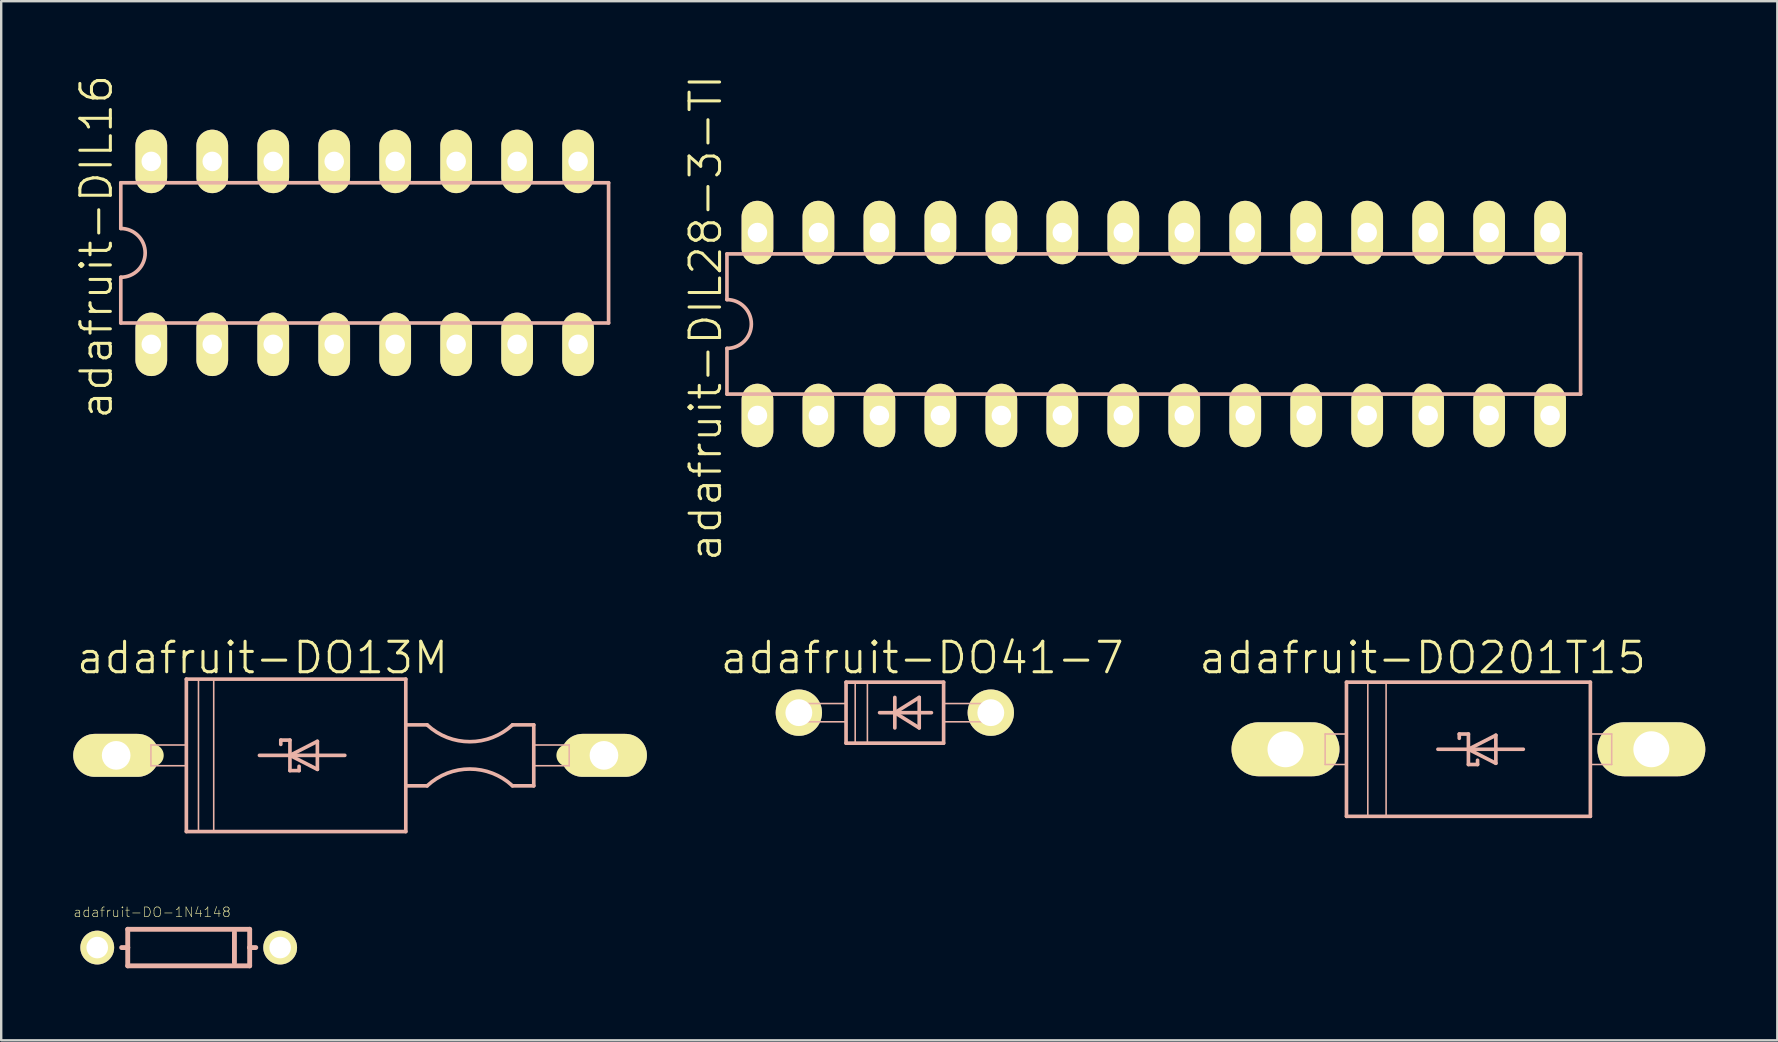
<source format=kicad_pcb>
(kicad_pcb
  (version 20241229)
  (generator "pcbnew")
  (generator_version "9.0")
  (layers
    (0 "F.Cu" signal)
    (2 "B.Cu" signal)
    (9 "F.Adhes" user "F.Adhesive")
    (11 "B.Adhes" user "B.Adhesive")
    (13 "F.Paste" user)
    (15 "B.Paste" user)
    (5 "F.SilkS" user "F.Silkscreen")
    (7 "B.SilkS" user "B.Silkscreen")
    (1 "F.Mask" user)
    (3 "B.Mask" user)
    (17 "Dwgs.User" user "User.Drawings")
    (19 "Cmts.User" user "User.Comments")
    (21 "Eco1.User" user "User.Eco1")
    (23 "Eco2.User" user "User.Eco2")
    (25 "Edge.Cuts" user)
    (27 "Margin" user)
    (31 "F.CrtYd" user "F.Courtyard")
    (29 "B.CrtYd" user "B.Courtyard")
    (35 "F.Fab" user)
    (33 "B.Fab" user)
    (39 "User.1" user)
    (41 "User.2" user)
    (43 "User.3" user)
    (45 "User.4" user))
  (footprint "adafruit-DIL16"
    (layer "F.Cu")
    (at 12.142 7.484)
    (property "Reference" "adafruit-DIL16" (at -11.176 -0.254 90) (layer "F.SilkS") (effects (font (size 1.27 1.27) (thickness 0.127))))
    (attr exclude_from_pos_files exclude_from_bom)
    (fp_line (start -10.16 -2.921) (end -10.16 -1.016) (stroke (width 0.152) (type solid)) (layer "B.SilkS"))
    (fp_line (start -10.16 2.921) (end -10.16 1.016) (stroke (width 0.152) (type solid)) (layer "B.SilkS"))
    (fp_line (start -10.16 2.921) (end 10.16 2.921) (stroke (width 0.152) (type solid)) (layer "B.SilkS"))
    (fp_line (start 10.16 -2.921) (end -10.16 -2.921) (stroke (width 0.152) (type solid)) (layer "B.SilkS"))
    (fp_line (start 10.16 -2.921) (end 10.16 2.921) (stroke (width 0.152) (type solid)) (layer "B.SilkS"))
    (fp_arc (start -10.16 -1.016) (mid -9.144 0) (end -10.16 1.016) (stroke (width 0.1524) (type solid)) (layer "B.SilkS"))
    (pad "1" thru_hole oval (at -8.89 3.81 180) (size 1.321 2.642) (drill 0.813) (layers "*.Cu" "F.Mask" "F.SilkS" "F.Paste"))
    (pad "2" thru_hole oval (at -6.35 3.81 180) (size 1.321 2.642) (drill 0.813) (layers "*.Cu" "F.Mask" "F.SilkS" "F.Paste"))
    (pad "3" thru_hole oval (at -3.81 3.81 180) (size 1.321 2.642) (drill 0.813) (layers "*.Cu" "F.Mask" "F.SilkS" "F.Paste"))
    (pad "4" thru_hole oval (at -1.27 3.81 180) (size 1.321 2.642) (drill 0.813) (layers "*.Cu" "F.Mask" "F.SilkS" "F.Paste"))
    (pad "5" thru_hole oval (at 1.27 3.81 180) (size 1.321 2.642) (drill 0.813) (layers "*.Cu" "F.Mask" "F.SilkS" "F.Paste"))
    (pad "6" thru_hole oval (at 3.81 3.81 180) (size 1.321 2.642) (drill 0.813) (layers "*.Cu" "F.Mask" "F.SilkS" "F.Paste"))
    (pad "7" thru_hole oval (at 6.35 3.81 180) (size 1.321 2.642) (drill 0.813) (layers "*.Cu" "F.Mask" "F.SilkS" "F.Paste"))
    (pad "8" thru_hole oval (at 8.89 3.81 180) (size 1.321 2.642) (drill 0.813) (layers "*.Cu" "F.Mask" "F.SilkS" "F.Paste"))
    (pad "9" thru_hole oval (at 8.89 -3.81 180) (size 1.321 2.642) (drill 0.813) (layers "*.Cu" "F.Mask" "F.SilkS" "F.Paste"))
    (pad "10" thru_hole oval (at 6.35 -3.81 180) (size 1.321 2.642) (drill 0.813) (layers "*.Cu" "F.Mask" "F.SilkS" "F.Paste"))
    (pad "11" thru_hole oval (at 3.81 -3.81 180) (size 1.321 2.642) (drill 0.813) (layers "*.Cu" "F.Mask" "F.SilkS" "F.Paste"))
    (pad "12" thru_hole oval (at 1.27 -3.81 180) (size 1.321 2.642) (drill 0.813) (layers "*.Cu" "F.Mask" "F.SilkS" "F.Paste"))
    (pad "13" thru_hole oval (at -1.27 -3.81 180) (size 1.321 2.642) (drill 0.813) (layers "*.Cu" "F.Mask" "F.SilkS" "F.Paste"))
    (pad "14" thru_hole oval (at -3.81 -3.81 180) (size 1.321 2.642) (drill 0.813) (layers "*.Cu" "F.Mask" "F.SilkS" "F.Paste"))
    (pad "15" thru_hole oval (at -6.35 -3.81 180) (size 1.321 2.642) (drill 0.813) (layers "*.Cu" "F.Mask" "F.SilkS" "F.Paste"))
    (pad "16" thru_hole oval (at -8.89 -3.81 180) (size 1.321 2.642) (drill 0.813) (layers "*.Cu" "F.Mask" "F.SilkS" "F.Paste")))
  (footprint "adafruit-DIL28-3-TI"
    (layer "F.Cu")
    (at 45.013 10.447)
    (property "Reference" "adafruit-DIL28-3-TI" (at -18.669 -0.254 90) (layer "F.SilkS") (effects (font (size 1.27 1.27) (thickness 0.127))))
    (attr exclude_from_pos_files exclude_from_bom)
    (fp_line (start -17.78 -2.921) (end -17.78 -1.016) (stroke (width 0.152) (type solid)) (layer "B.SilkS"))
    (fp_line (start -17.78 2.921) (end -17.78 1.016) (stroke (width 0.152) (type solid)) (layer "B.SilkS"))
    (fp_line (start -17.78 2.921) (end 17.78 2.921) (stroke (width 0.152) (type solid)) (layer "B.SilkS"))
    (fp_line (start 17.78 -2.921) (end -17.78 -2.921) (stroke (width 0.152) (type solid)) (layer "B.SilkS"))
    (fp_line (start 17.78 -2.921) (end 17.78 2.921) (stroke (width 0.152) (type solid)) (layer "B.SilkS"))
    (fp_arc (start -17.78 -1.016) (mid -16.764 0) (end -17.78 1.016) (stroke (width 0.1524) (type solid)) (layer "B.SilkS"))
    (pad "1" thru_hole oval (at -16.51 3.81 180) (size 1.321 2.642) (drill 0.813) (layers "*.Cu" "F.Mask" "F.SilkS" "F.Paste"))
    (pad "2" thru_hole oval (at -13.97 3.81 180) (size 1.321 2.642) (drill 0.813) (layers "*.Cu" "F.Mask" "F.SilkS" "F.Paste"))
    (pad "3" thru_hole oval (at -11.43 3.81 180) (size 1.321 2.642) (drill 0.813) (layers "*.Cu" "F.Mask" "F.SilkS" "F.Paste"))
    (pad "4" thru_hole oval (at -8.89 3.81 180) (size 1.321 2.642) (drill 0.813) (layers "*.Cu" "F.Mask" "F.SilkS" "F.Paste"))
    (pad "5" thru_hole oval (at -6.35 3.81 180) (size 1.321 2.642) (drill 0.813) (layers "*.Cu" "F.Mask" "F.SilkS" "F.Paste"))
    (pad "6" thru_hole oval (at -3.81 3.81 180) (size 1.321 2.642) (drill 0.813) (layers "*.Cu" "F.Mask" "F.SilkS" "F.Paste"))
    (pad "7" thru_hole oval (at -1.27 3.81 180) (size 1.321 2.642) (drill 0.813) (layers "*.Cu" "F.Mask" "F.SilkS" "F.Paste"))
    (pad "8" thru_hole oval (at 1.27 3.81 180) (size 1.321 2.642) (drill 0.813) (layers "*.Cu" "F.Mask" "F.SilkS" "F.Paste"))
    (pad "9" thru_hole oval (at 3.81 3.81 180) (size 1.321 2.642) (drill 0.813) (layers "*.Cu" "F.Mask" "F.SilkS" "F.Paste"))
    (pad "10" thru_hole oval (at 6.35 3.81 180) (size 1.321 2.642) (drill 0.813) (layers "*.Cu" "F.Mask" "F.SilkS" "F.Paste"))
    (pad "11" thru_hole oval (at 8.89 3.81 180) (size 1.321 2.642) (drill 0.813) (layers "*.Cu" "F.Mask" "F.SilkS" "F.Paste"))
    (pad "12" thru_hole oval (at 11.43 3.81 180) (size 1.321 2.642) (drill 0.813) (layers "*.Cu" "F.Mask" "F.SilkS" "F.Paste"))
    (pad "13" thru_hole oval (at 13.97 3.81 180) (size 1.321 2.642) (drill 0.813) (layers "*.Cu" "F.Mask" "F.SilkS" "F.Paste"))
    (pad "14" thru_hole oval (at 16.51 3.81 180) (size 1.321 2.642) (drill 0.813) (layers "*.Cu" "F.Mask" "F.SilkS" "F.Paste"))
    (pad "15" thru_hole oval (at 16.51 -3.81 180) (size 1.321 2.642) (drill 0.813) (layers "*.Cu" "F.Mask" "F.SilkS" "F.Paste"))
    (pad "16" thru_hole oval (at 13.97 -3.81 180) (size 1.321 2.642) (drill 0.813) (layers "*.Cu" "F.Mask" "F.SilkS" "F.Paste"))
    (pad "17" thru_hole oval (at 11.43 -3.81 180) (size 1.321 2.642) (drill 0.813) (layers "*.Cu" "F.Mask" "F.SilkS" "F.Paste"))
    (pad "18" thru_hole oval (at 8.89 -3.81 180) (size 1.321 2.642) (drill 0.813) (layers "*.Cu" "F.Mask" "F.SilkS" "F.Paste"))
    (pad "19" thru_hole oval (at 6.35 -3.81 180) (size 1.321 2.642) (drill 0.813) (layers "*.Cu" "F.Mask" "F.SilkS" "F.Paste"))
    (pad "20" thru_hole oval (at 3.81 -3.81 180) (size 1.321 2.642) (drill 0.813) (layers "*.Cu" "F.Mask" "F.SilkS" "F.Paste"))
    (pad "21" thru_hole oval (at 1.27 -3.81 180) (size 1.321 2.642) (drill 0.813) (layers "*.Cu" "F.Mask" "F.SilkS" "F.Paste"))
    (pad "22" thru_hole oval (at -1.27 -3.81 180) (size 1.321 2.642) (drill 0.813) (layers "*.Cu" "F.Mask" "F.SilkS" "F.Paste"))
    (pad "23" thru_hole oval (at -3.81 -3.81 180) (size 1.321 2.642) (drill 0.813) (layers "*.Cu" "F.Mask" "F.SilkS" "F.Paste"))
    (pad "24" thru_hole oval (at -6.35 -3.81 180) (size 1.321 2.642) (drill 0.813) (layers "*.Cu" "F.Mask" "F.SilkS" "F.Paste"))
    (pad "25" thru_hole oval (at -8.89 -3.81 180) (size 1.321 2.642) (drill 0.813) (layers "*.Cu" "F.Mask" "F.SilkS" "F.Paste"))
    (pad "26" thru_hole oval (at -11.43 -3.81 180) (size 1.321 2.642) (drill 0.813) (layers "*.Cu" "F.Mask" "F.SilkS" "F.Paste"))
    (pad "27" thru_hole oval (at -13.97 -3.81 180) (size 1.321 2.642) (drill 0.813) (layers "*.Cu" "F.Mask" "F.SilkS" "F.Paste"))
    (pad "28" thru_hole oval (at -16.51 -3.81 180) (size 1.321 2.642) (drill 0.813) (layers "*.Cu" "F.Mask" "F.SilkS" "F.Paste")))
  (footprint "adafruit-DO41-7"
    (layer "F.Cu")
    (at 34.226 26.638)
    (property "Reference" "adafruit-DO41-7" (at 1.143 -2.286 0) (layer "F.SilkS") (effects (font (size 1.27 1.27) (thickness 0.127))))
    (attr exclude_from_pos_files exclude_from_bom)
    (fp_line (start -3.937 -0.381) (end -2.032 -0.381) (stroke (width 0.066) (type solid)) (layer "B.SilkS"))
    (fp_line (start -3.937 0.381) (end -3.937 -0.381) (stroke (width 0.066) (type solid)) (layer "B.SilkS"))
    (fp_line (start -3.937 0.381) (end -2.032 0.381) (stroke (width 0.066) (type solid)) (layer "B.SilkS"))
    (fp_line (start -2.032 -1.27) (end -2.032 1.27) (stroke (width 0.152) (type solid)) (layer "B.SilkS"))
    (fp_line (start -2.032 -1.27) (end 2.032 -1.27) (stroke (width 0.152) (type solid)) (layer "B.SilkS"))
    (fp_line (start -2.032 0.381) (end -2.032 -0.381) (stroke (width 0.066) (type solid)) (layer "B.SilkS"))
    (fp_line (start -1.651 -1.27) (end -1.143 -1.27) (stroke (width 0.066) (type solid)) (layer "B.SilkS"))
    (fp_line (start -1.651 1.27) (end -1.651 -1.27) (stroke (width 0.066) (type solid)) (layer "B.SilkS"))
    (fp_line (start -1.651 1.27) (end -1.143 1.27) (stroke (width 0.066) (type solid)) (layer "B.SilkS"))
    (fp_line (start -1.143 1.27) (end -1.143 -1.27) (stroke (width 0.066) (type solid)) (layer "B.SilkS"))
    (fp_line (start -0.635 0) (end 0 0) (stroke (width 0.152) (type solid)) (layer "B.SilkS"))
    (fp_line (start 0 -0.635) (end 0 0) (stroke (width 0.152) (type solid)) (layer "B.SilkS"))
    (fp_line (start 0 0) (end 0 0.635) (stroke (width 0.152) (type solid)) (layer "B.SilkS"))
    (fp_line (start 0 0) (end 1.016 -0.635) (stroke (width 0.152) (type solid)) (layer "B.SilkS"))
    (fp_line (start 0 0) (end 1.524 0) (stroke (width 0.152) (type solid)) (layer "B.SilkS"))
    (fp_line (start 1.016 -0.635) (end 1.016 0.635) (stroke (width 0.152) (type solid)) (layer "B.SilkS"))
    (fp_line (start 1.016 0.635) (end 0 0) (stroke (width 0.152) (type solid)) (layer "B.SilkS"))
    (fp_line (start 2.032 -0.381) (end 3.937 -0.381) (stroke (width 0.066) (type solid)) (layer "B.SilkS"))
    (fp_line (start 2.032 0.381) (end 2.032 -0.381) (stroke (width 0.066) (type solid)) (layer "B.SilkS"))
    (fp_line (start 2.032 0.381) (end 3.937 0.381) (stroke (width 0.066) (type solid)) (layer "B.SilkS"))
    (fp_line (start 2.032 1.27) (end -2.032 1.27) (stroke (width 0.152) (type solid)) (layer "B.SilkS"))
    (fp_line (start 2.032 1.27) (end 2.032 -1.27) (stroke (width 0.152) (type solid)) (layer "B.SilkS"))
    (fp_line (start 3.937 0.381) (end 3.937 -0.381) (stroke (width 0.066) (type solid)) (layer "B.SilkS"))
    (pad "A" thru_hole circle (at 3.998 0) (size 1.93 1.93) (drill 1.118) (layers "*.Cu" "F.Mask" "F.SilkS" "F.Paste"))
    (pad "C" thru_hole circle (at -3.998 0) (size 1.93 1.93) (drill 1.118) (layers "*.Cu" "F.Mask" "F.SilkS" "F.Paste")))
  (footprint "adafruit-DO13M"
    (layer "F.Cu")
    (at 11.949 28.416)
    (property "Reference" "adafruit-DO13M" (at -4.064 -4.064 0) (layer "F.SilkS") (effects (font (size 1.27 1.27) (thickness 0.127))))
    (attr exclude_from_pos_files exclude_from_bom)
    (fp_line (start -8.636 0) (end -10.16 0) (stroke (width 0.914) (type solid)) (layer "F.SilkS"))
    (fp_line (start 10.16 0) (end 8.636 0) (stroke (width 0.914) (type solid)) (layer "F.SilkS"))
    (fp_line (start -8.712 -0.432) (end -7.236 -0.432) (stroke (width 0.066) (type solid)) (layer "B.SilkS"))
    (fp_line (start -8.712 0.432) (end -8.712 -0.432) (stroke (width 0.066) (type solid)) (layer "B.SilkS"))
    (fp_line (start -8.712 0.432) (end -7.236 0.432) (stroke (width 0.066) (type solid)) (layer "B.SilkS"))
    (fp_line (start -7.236 -3.175) (end -7.236 3.175) (stroke (width 0.152) (type solid)) (layer "B.SilkS"))
    (fp_line (start -7.236 0.432) (end -7.236 -0.432) (stroke (width 0.066) (type solid)) (layer "B.SilkS"))
    (fp_line (start -7.236 3.175) (end 1.905 3.175) (stroke (width 0.152) (type solid)) (layer "B.SilkS"))
    (fp_line (start -6.731 -3.175) (end -6.096 -3.175) (stroke (width 0.066) (type solid)) (layer "B.SilkS"))
    (fp_line (start -6.731 3.175) (end -6.731 -3.175) (stroke (width 0.066) (type solid)) (layer "B.SilkS"))
    (fp_line (start -6.731 3.175) (end -6.096 3.175) (stroke (width 0.066) (type solid)) (layer "B.SilkS"))
    (fp_line (start -6.096 3.175) (end -6.096 -3.175) (stroke (width 0.066) (type solid)) (layer "B.SilkS"))
    (fp_line (start -4.191 0) (end -2.921 0) (stroke (width 0.152) (type solid)) (layer "B.SilkS"))
    (fp_line (start -3.302 -0.635) (end -2.921 -0.635) (stroke (width 0.152) (type solid)) (layer "B.SilkS"))
    (fp_line (start -3.302 -0.457) (end -3.302 -0.635) (stroke (width 0.152) (type solid)) (layer "B.SilkS"))
    (fp_line (start -2.921 -0.635) (end -2.921 0) (stroke (width 0.152) (type solid)) (layer "B.SilkS"))
    (fp_line (start -2.921 0) (end -1.778 -0.584) (stroke (width 0.152) (type solid)) (layer "B.SilkS"))
    (fp_line (start -2.921 0) (end -0.635 0) (stroke (width 0.152) (type solid)) (layer "B.SilkS"))
    (fp_line (start -2.921 0.635) (end -2.921 0) (stroke (width 0.152) (type solid)) (layer "B.SilkS"))
    (fp_line (start -2.54 0.457) (end -2.54 0.635) (stroke (width 0.152) (type solid)) (layer "B.SilkS"))
    (fp_line (start -2.54 0.635) (end -2.921 0.635) (stroke (width 0.152) (type solid)) (layer "B.SilkS"))
    (fp_line (start -1.778 -0.584) (end -1.778 0.584) (stroke (width 0.152) (type solid)) (layer "B.SilkS"))
    (fp_line (start -1.778 0.584) (end -2.921 0) (stroke (width 0.152) (type solid)) (layer "B.SilkS"))
    (fp_line (start 1.905 -3.175) (end -7.236 -3.175) (stroke (width 0.152) (type solid)) (layer "B.SilkS"))
    (fp_line (start 1.905 -1.27) (end 1.905 -3.175) (stroke (width 0.152) (type solid)) (layer "B.SilkS"))
    (fp_line (start 1.905 1.27) (end 1.905 -1.27) (stroke (width 0.152) (type solid)) (layer "B.SilkS"))
    (fp_line (start 1.905 1.27) (end 2.794 1.27) (stroke (width 0.152) (type solid)) (layer "B.SilkS"))
    (fp_line (start 1.905 3.175) (end 1.905 1.27) (stroke (width 0.152) (type solid)) (layer "B.SilkS"))
    (fp_line (start 2.794 -1.27) (end 1.905 -1.27) (stroke (width 0.152) (type solid)) (layer "B.SilkS"))
    (fp_line (start 6.35 1.27) (end 7.236 1.27) (stroke (width 0.152) (type solid)) (layer "B.SilkS"))
    (fp_line (start 7.236 -1.27) (end 6.35 -1.27) (stroke (width 0.152) (type solid)) (layer "B.SilkS"))
    (fp_line (start 7.236 -0.432) (end 8.712 -0.432) (stroke (width 0.066) (type solid)) (layer "B.SilkS"))
    (fp_line (start 7.236 0.432) (end 7.236 -0.432) (stroke (width 0.066) (type solid)) (layer "B.SilkS"))
    (fp_line (start 7.236 0.432) (end 8.712 0.432) (stroke (width 0.066) (type solid)) (layer "B.SilkS"))
    (fp_line (start 7.236 1.27) (end 7.236 -1.27) (stroke (width 0.152) (type solid)) (layer "B.SilkS"))
    (fp_line (start 8.712 0.432) (end 8.712 -0.432) (stroke (width 0.066) (type solid)) (layer "B.SilkS"))
    (fp_arc (start 2.794 1.27) (mid 4.57086 0.569178) (end 6.348333 1.268445) (stroke (width 0.1524) (type solid)) (layer "B.SilkS"))
    (fp_arc (start 6.35 -1.27) (mid 4.57314 -0.569178) (end 2.795667 -1.268445) (stroke (width 0.1524) (type solid)) (layer "B.SilkS"))
    (pad "A" thru_hole oval (at 10.16 0 90) (size 1.788 3.579) (drill 1.194) (layers "*.Cu" "F.Mask" "F.SilkS" "F.Paste"))
    (pad "C" thru_hole oval (at -10.16 0 90) (size 1.788 3.579) (drill 1.194) (layers "*.Cu" "F.Mask" "F.SilkS" "F.Paste")))
  (footprint "adafruit-DO-1N4148"
    (layer "F.Cu")
    (at 4.811 36.423)
    (property "Reference" "adafruit-DO-1N4148" (at -1.524 -1.473 0) (layer "F.SilkS") (effects (font (size 0.406 0.406) (thickness 0.025))))
    (attr exclude_from_pos_files exclude_from_bom)
    (fp_line (start -2.54 -0.762) (end 2.54 -0.762) (stroke (width 0.203) (type solid)) (layer "B.SilkS"))
    (fp_line (start -2.54 0) (end -2.794 0) (stroke (width 0.203) (type solid)) (layer "B.SilkS"))
    (fp_line (start -2.54 0) (end -2.54 -0.762) (stroke (width 0.203) (type solid)) (layer "B.SilkS"))
    (fp_line (start -2.54 0.762) (end -2.54 0) (stroke (width 0.203) (type solid)) (layer "B.SilkS"))
    (fp_line (start 1.905 -0.635) (end 1.905 0.635) (stroke (width 0.203) (type solid)) (layer "B.SilkS"))
    (fp_line (start 2.54 -0.762) (end 2.54 0) (stroke (width 0.203) (type solid)) (layer "B.SilkS"))
    (fp_line (start 2.54 0) (end 2.54 0.762) (stroke (width 0.203) (type solid)) (layer "B.SilkS"))
    (fp_line (start 2.54 0) (end 2.794 0) (stroke (width 0.203) (type solid)) (layer "B.SilkS"))
    (fp_line (start 2.54 0.762) (end -2.54 0.762) (stroke (width 0.203) (type solid)) (layer "B.SilkS"))
    (pad "A" thru_hole circle (at -3.81 0) (size 1.407 1.407) (drill 0.899) (layers "*.Cu" "F.Mask" "F.SilkS" "F.Paste"))
    (pad "C" thru_hole circle (at 3.81 0) (size 1.407 1.407) (drill 0.899) (layers "*.Cu" "F.Mask" "F.SilkS" "F.Paste")))
  (footprint "adafruit-DO201T15"
    (layer "F.Cu")
    (at 58.12 28.162)
    (property "Reference" "adafruit-DO201T15" (at -1.905 -3.81 0) (layer "F.SilkS") (effects (font (size 1.27 1.27) (thickness 0.127))))
    (attr exclude_from_pos_files exclude_from_bom)
    (fp_line (start -7.62 0) (end -6.223 0) (stroke (width 1.27) (type solid)) (layer "F.SilkS"))
    (fp_line (start 7.62 0) (end 6.223 0) (stroke (width 1.27) (type solid)) (layer "F.SilkS"))
    (fp_line (start -5.969 -0.635) (end -5.08 -0.635) (stroke (width 0.066) (type solid)) (layer "B.SilkS"))
    (fp_line (start -5.969 0.635) (end -5.969 -0.635) (stroke (width 0.066) (type solid)) (layer "B.SilkS"))
    (fp_line (start -5.969 0.635) (end -5.08 0.635) (stroke (width 0.066) (type solid)) (layer "B.SilkS"))
    (fp_line (start -5.08 -2.794) (end 5.08 -2.794) (stroke (width 0.152) (type solid)) (layer "B.SilkS"))
    (fp_line (start -5.08 0.635) (end -5.08 -0.635) (stroke (width 0.066) (type solid)) (layer "B.SilkS"))
    (fp_line (start -5.08 2.794) (end -5.08 -2.794) (stroke (width 0.152) (type solid)) (layer "B.SilkS"))
    (fp_line (start -4.191 -2.794) (end -3.429 -2.794) (stroke (width 0.066) (type solid)) (layer "B.SilkS"))
    (fp_line (start -4.191 2.794) (end -4.191 -2.794) (stroke (width 0.066) (type solid)) (layer "B.SilkS"))
    (fp_line (start -4.191 2.794) (end -3.429 2.794) (stroke (width 0.066) (type solid)) (layer "B.SilkS"))
    (fp_line (start -3.429 2.794) (end -3.429 -2.794) (stroke (width 0.066) (type solid)) (layer "B.SilkS"))
    (fp_line (start -1.27 0) (end 0 0) (stroke (width 0.152) (type solid)) (layer "B.SilkS"))
    (fp_line (start -0.381 -0.635) (end 0 -0.635) (stroke (width 0.152) (type solid)) (layer "B.SilkS"))
    (fp_line (start -0.381 -0.457) (end -0.381 -0.635) (stroke (width 0.152) (type solid)) (layer "B.SilkS"))
    (fp_line (start 0 -0.635) (end 0 0) (stroke (width 0.152) (type solid)) (layer "B.SilkS"))
    (fp_line (start 0 0) (end 1.143 -0.584) (stroke (width 0.152) (type solid)) (layer "B.SilkS"))
    (fp_line (start 0 0) (end 2.286 0) (stroke (width 0.152) (type solid)) (layer "B.SilkS"))
    (fp_line (start 0 0.635) (end 0 0) (stroke (width 0.152) (type solid)) (layer "B.SilkS"))
    (fp_line (start 0.381 0.457) (end 0.381 0.635) (stroke (width 0.152) (type solid)) (layer "B.SilkS"))
    (fp_line (start 0.381 0.635) (end 0 0.635) (stroke (width 0.152) (type solid)) (layer "B.SilkS"))
    (fp_line (start 1.143 -0.584) (end 1.143 0.584) (stroke (width 0.152) (type solid)) (layer "B.SilkS"))
    (fp_line (start 1.143 0.584) (end 0 0) (stroke (width 0.152) (type solid)) (layer "B.SilkS"))
    (fp_line (start 5.08 -2.794) (end 5.08 2.794) (stroke (width 0.152) (type solid)) (layer "B.SilkS"))
    (fp_line (start 5.08 -0.635) (end 5.969 -0.635) (stroke (width 0.066) (type solid)) (layer "B.SilkS"))
    (fp_line (start 5.08 0.635) (end 5.08 -0.635) (stroke (width 0.066) (type solid)) (layer "B.SilkS"))
    (fp_line (start 5.08 0.635) (end 5.969 0.635) (stroke (width 0.066) (type solid)) (layer "B.SilkS"))
    (fp_line (start 5.08 2.794) (end -5.08 2.794) (stroke (width 0.152) (type solid)) (layer "B.SilkS"))
    (fp_line (start 5.969 0.635) (end 5.969 -0.635) (stroke (width 0.066) (type solid)) (layer "B.SilkS"))
    (pad "A" thru_hole oval (at 7.62 0 90) (size 2.248 4.496) (drill 1.499) (layers "*.Cu" "F.Mask" "F.SilkS" "F.Paste"))
    (pad "C" thru_hole oval (at -7.62 0 90) (size 2.248 4.496) (drill 1.499) (layers "*.Cu" "F.Mask" "F.SilkS" "F.Paste")))
  (gr_rect
    (start -3 -3)
    (end 70.988 40.287)
    (stroke (width 0.1) (type default))
    (fill no)
    (layer "Edge.Cuts")))
</source>
